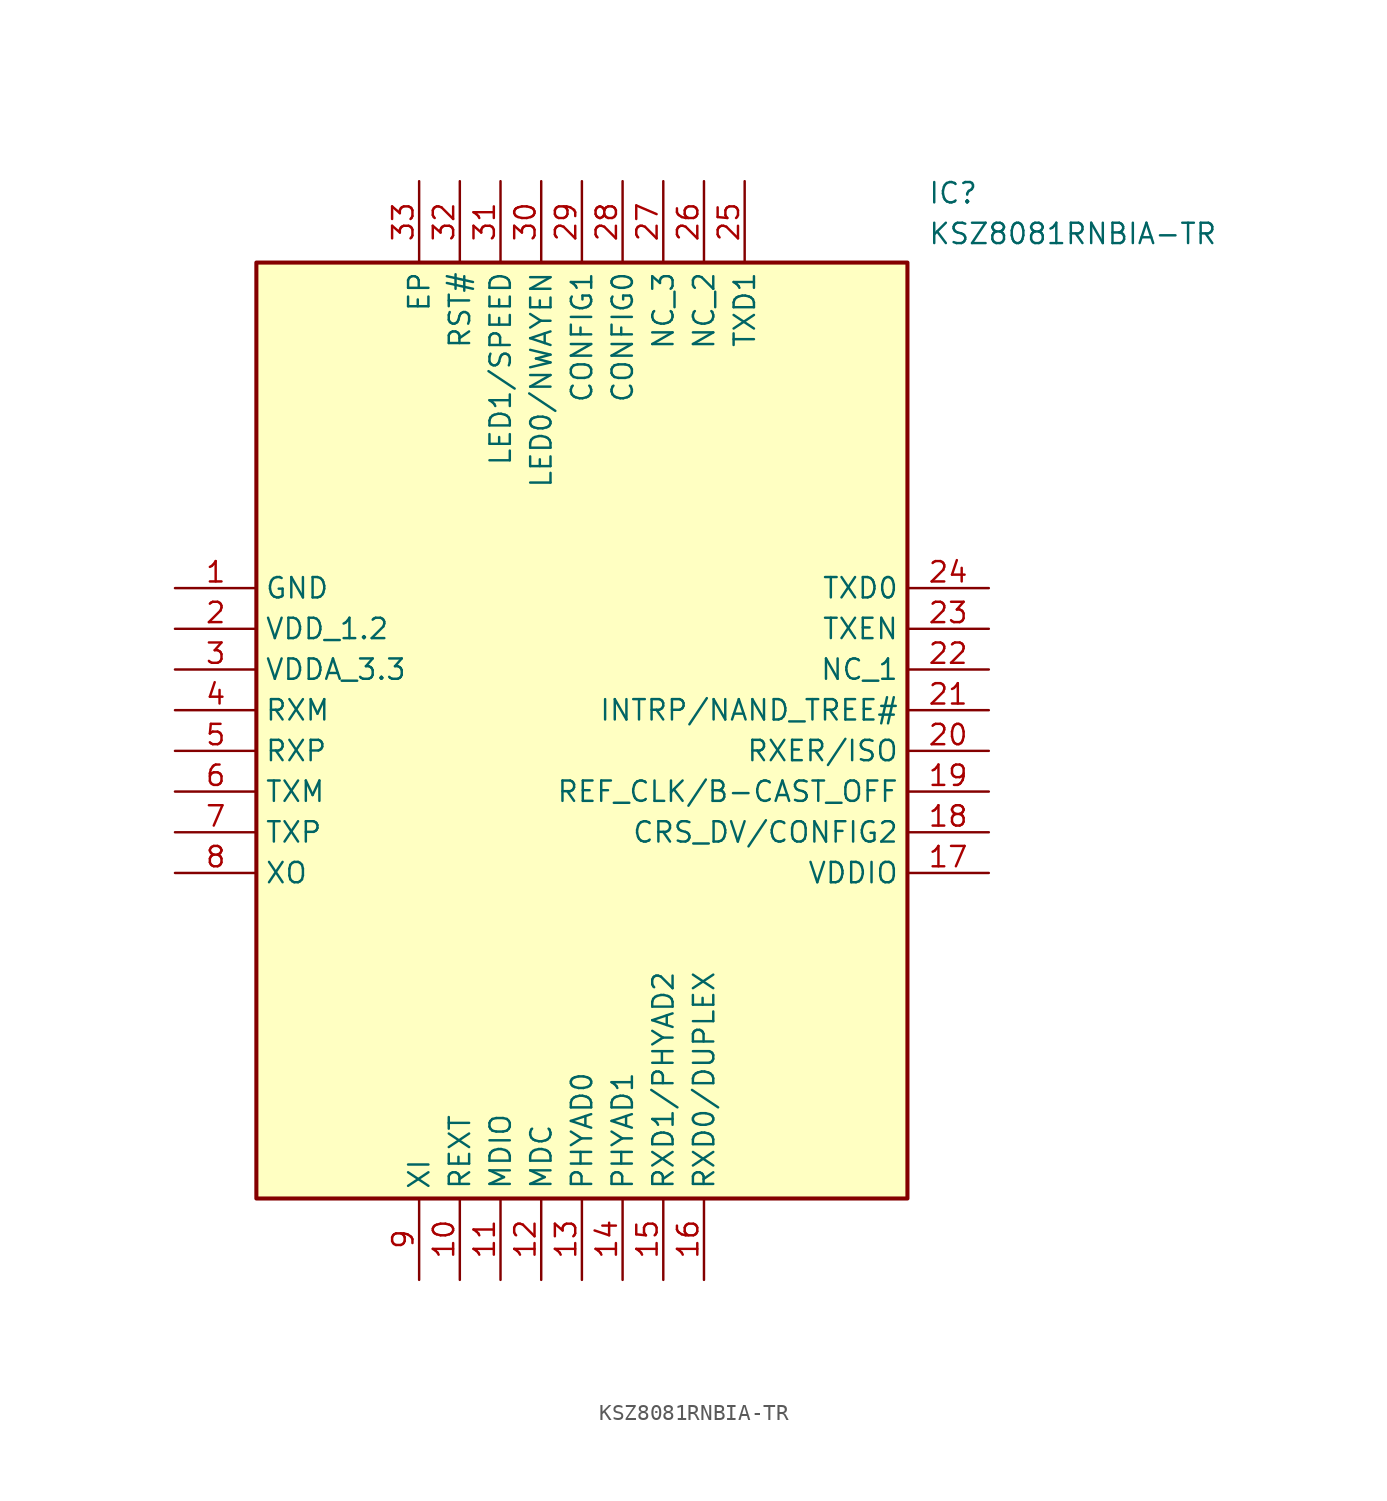
<source format=kicad_sym>
(kicad_symbol_lib
  (version 20211014)
  (generator SamacSys_ECAD_Model)
  (symbol "KSZ8081RNBIA-TR"
    (property "Reference" "IC"
      (at 46.99 25.4 0)
      (effects (font (size 1.27 1.27)) (justify left top)))
    (property "Value" "KSZ8081RNBIA-TR"
      (at 46.99 22.86 0)
      (effects (font (size 1.27 1.27)) (justify left top)))
    (rectangle
      (start 5.08 20.32)
      (end 45.72 -38.1)
      (stroke (width 0.254) (type default))
      (fill (type background)))
    (pin power_in line
      (at 0 0 0)
      (length 5.08)
      (name "GND" (effects (font (size 1.27 1.27))))
      (number "1" (effects (font (size 1.27 1.27)))))
    (pin power_in line
      (at 0 -2.54 0)
      (length 5.08)
      (name "VDD_1.2" (effects (font (size 1.27 1.27))))
      (number "2" (effects (font (size 1.27 1.27)))))
    (pin power_in line
      (at 0 -5.08 0)
      (length 5.08)
      (name "VDDA_3.3" (effects (font (size 1.27 1.27))))
      (number "3" (effects (font (size 1.27 1.27)))))
    (pin passive line
      (at 0 -7.62 0)
      (length 5.08)
      (name "RXM" (effects (font (size 1.27 1.27))))
      (number "4" (effects (font (size 1.27 1.27)))))
    (pin passive line
      (at 0 -10.16 0)
      (length 5.08)
      (name "RXP" (effects (font (size 1.27 1.27))))
      (number "5" (effects (font (size 1.27 1.27)))))
    (pin passive line
      (at 0 -12.7 0)
      (length 5.08)
      (name "TXM" (effects (font (size 1.27 1.27))))
      (number "6" (effects (font (size 1.27 1.27)))))
    (pin passive line
      (at 0 -15.24 0)
      (length 5.08)
      (name "TXP" (effects (font (size 1.27 1.27))))
      (number "7" (effects (font (size 1.27 1.27)))))
    (pin passive line
      (at 0 -17.78 0)
      (length 5.08)
      (name "XO" (effects (font (size 1.27 1.27))))
      (number "8" (effects (font (size 1.27 1.27)))))
    (pin passive line
      (at 15.24 -43.18 90)
      (length 5.08)
      (name "XI" (effects (font (size 1.27 1.27))))
      (number "9" (effects (font (size 1.27 1.27)))))
    (pin passive line
      (at 17.78 -43.18 90)
      (length 5.08)
      (name "REXT" (effects (font (size 1.27 1.27))))
      (number "10" (effects (font (size 1.27 1.27)))))
    (pin bidirectional line
      (at 20.32 -43.18 90)
      (length 5.08)
      (name "MDIO" (effects (font (size 1.27 1.27))))
      (number "11" (effects (font (size 1.27 1.27)))))
    (pin passive line
      (at 22.86 -43.18 90)
      (length 5.08)
      (name "MDC" (effects (font (size 1.27 1.27))))
      (number "12" (effects (font (size 1.27 1.27)))))
    (pin passive line
      (at 25.4 -43.18 90)
      (length 5.08)
      (name "PHYAD0" (effects (font (size 1.27 1.27))))
      (number "13" (effects (font (size 1.27 1.27)))))
    (pin passive line
      (at 27.94 -43.18 90)
      (length 5.08)
      (name "PHYAD1" (effects (font (size 1.27 1.27))))
      (number "14" (effects (font (size 1.27 1.27)))))
    (pin passive line
      (at 30.48 -43.18 90)
      (length 5.08)
      (name "RXD1/PHYAD2" (effects (font (size 1.27 1.27))))
      (number "15" (effects (font (size 1.27 1.27)))))
    (pin passive line
      (at 33.02 -43.18 90)
      (length 5.08)
      (name "RXD0/DUPLEX" (effects (font (size 1.27 1.27))))
      (number "16" (effects (font (size 1.27 1.27)))))
    (pin passive line
      (at 50.8 0 180)
      (length 5.08)
      (name "TXD0" (effects (font (size 1.27 1.27))))
      (number "24" (effects (font (size 1.27 1.27)))))
    (pin passive line
      (at 50.8 -2.54 180)
      (length 5.08)
      (name "TXEN" (effects (font (size 1.27 1.27))))
      (number "23" (effects (font (size 1.27 1.27)))))
    (pin passive line
      (at 50.8 -5.08 180)
      (length 5.08)
      (name "NC_1" (effects (font (size 1.27 1.27))))
      (number "22" (effects (font (size 1.27 1.27)))))
    (pin input line
      (at 50.8 -7.62 180)
      (length 5.08)
      (name "INTRP/NAND_TREE#" (effects (font (size 1.27 1.27))))
      (number "21" (effects (font (size 1.27 1.27)))))
    (pin passive line
      (at 50.8 -10.16 180)
      (length 5.08)
      (name "RXER/ISO" (effects (font (size 1.27 1.27))))
      (number "20" (effects (font (size 1.27 1.27)))))
    (pin input line
      (at 50.8 -12.7 180)
      (length 5.08)
      (name "REF_CLK/B-CAST_OFF" (effects (font (size 1.27 1.27))))
      (number "19" (effects (font (size 1.27 1.27)))))
    (pin passive line
      (at 50.8 -15.24 180)
      (length 5.08)
      (name "CRS_DV/CONFIG2" (effects (font (size 1.27 1.27))))
      (number "18" (effects (font (size 1.27 1.27)))))
    (pin power_in line
      (at 50.8 -17.78 180)
      (length 5.08)
      (name "VDDIO" (effects (font (size 1.27 1.27))))
      (number "17" (effects (font (size 1.27 1.27)))))
    (pin passive line
      (at 15.24 25.4 270)
      (length 5.08)
      (name "EP" (effects (font (size 1.27 1.27))))
      (number "33" (effects (font (size 1.27 1.27)))))
    (pin input line
      (at 17.78 25.4 270)
      (length 5.08)
      (name "RST#" (effects (font (size 1.27 1.27))))
      (number "32" (effects (font (size 1.27 1.27)))))
    (pin passive line
      (at 20.32 25.4 270)
      (length 5.08)
      (name "LED1/SPEED" (effects (font (size 1.27 1.27))))
      (number "31" (effects (font (size 1.27 1.27)))))
    (pin passive line
      (at 22.86 25.4 270)
      (length 5.08)
      (name "LED0/NWAYEN" (effects (font (size 1.27 1.27))))
      (number "30" (effects (font (size 1.27 1.27)))))
    (pin passive line
      (at 25.4 25.4 270)
      (length 5.08)
      (name "CONFIG1" (effects (font (size 1.27 1.27))))
      (number "29" (effects (font (size 1.27 1.27)))))
    (pin passive line
      (at 27.94 25.4 270)
      (length 5.08)
      (name "CONFIG0" (effects (font (size 1.27 1.27))))
      (number "28" (effects (font (size 1.27 1.27)))))
    (pin passive line
      (at 30.48 25.4 270)
      (length 5.08)
      (name "NC_3" (effects (font (size 1.27 1.27))))
      (number "27" (effects (font (size 1.27 1.27)))))
    (pin passive line
      (at 33.02 25.4 270)
      (length 5.08)
      (name "NC_2" (effects (font (size 1.27 1.27))))
      (number "26" (effects (font (size 1.27 1.27)))))
    (pin passive line
      (at 35.56 25.4 270)
      (length 5.08)
      (name "TXD1" (effects (font (size 1.27 1.27))))
      (number "25" (effects (font (size 1.27 1.27)))))))
</source>
